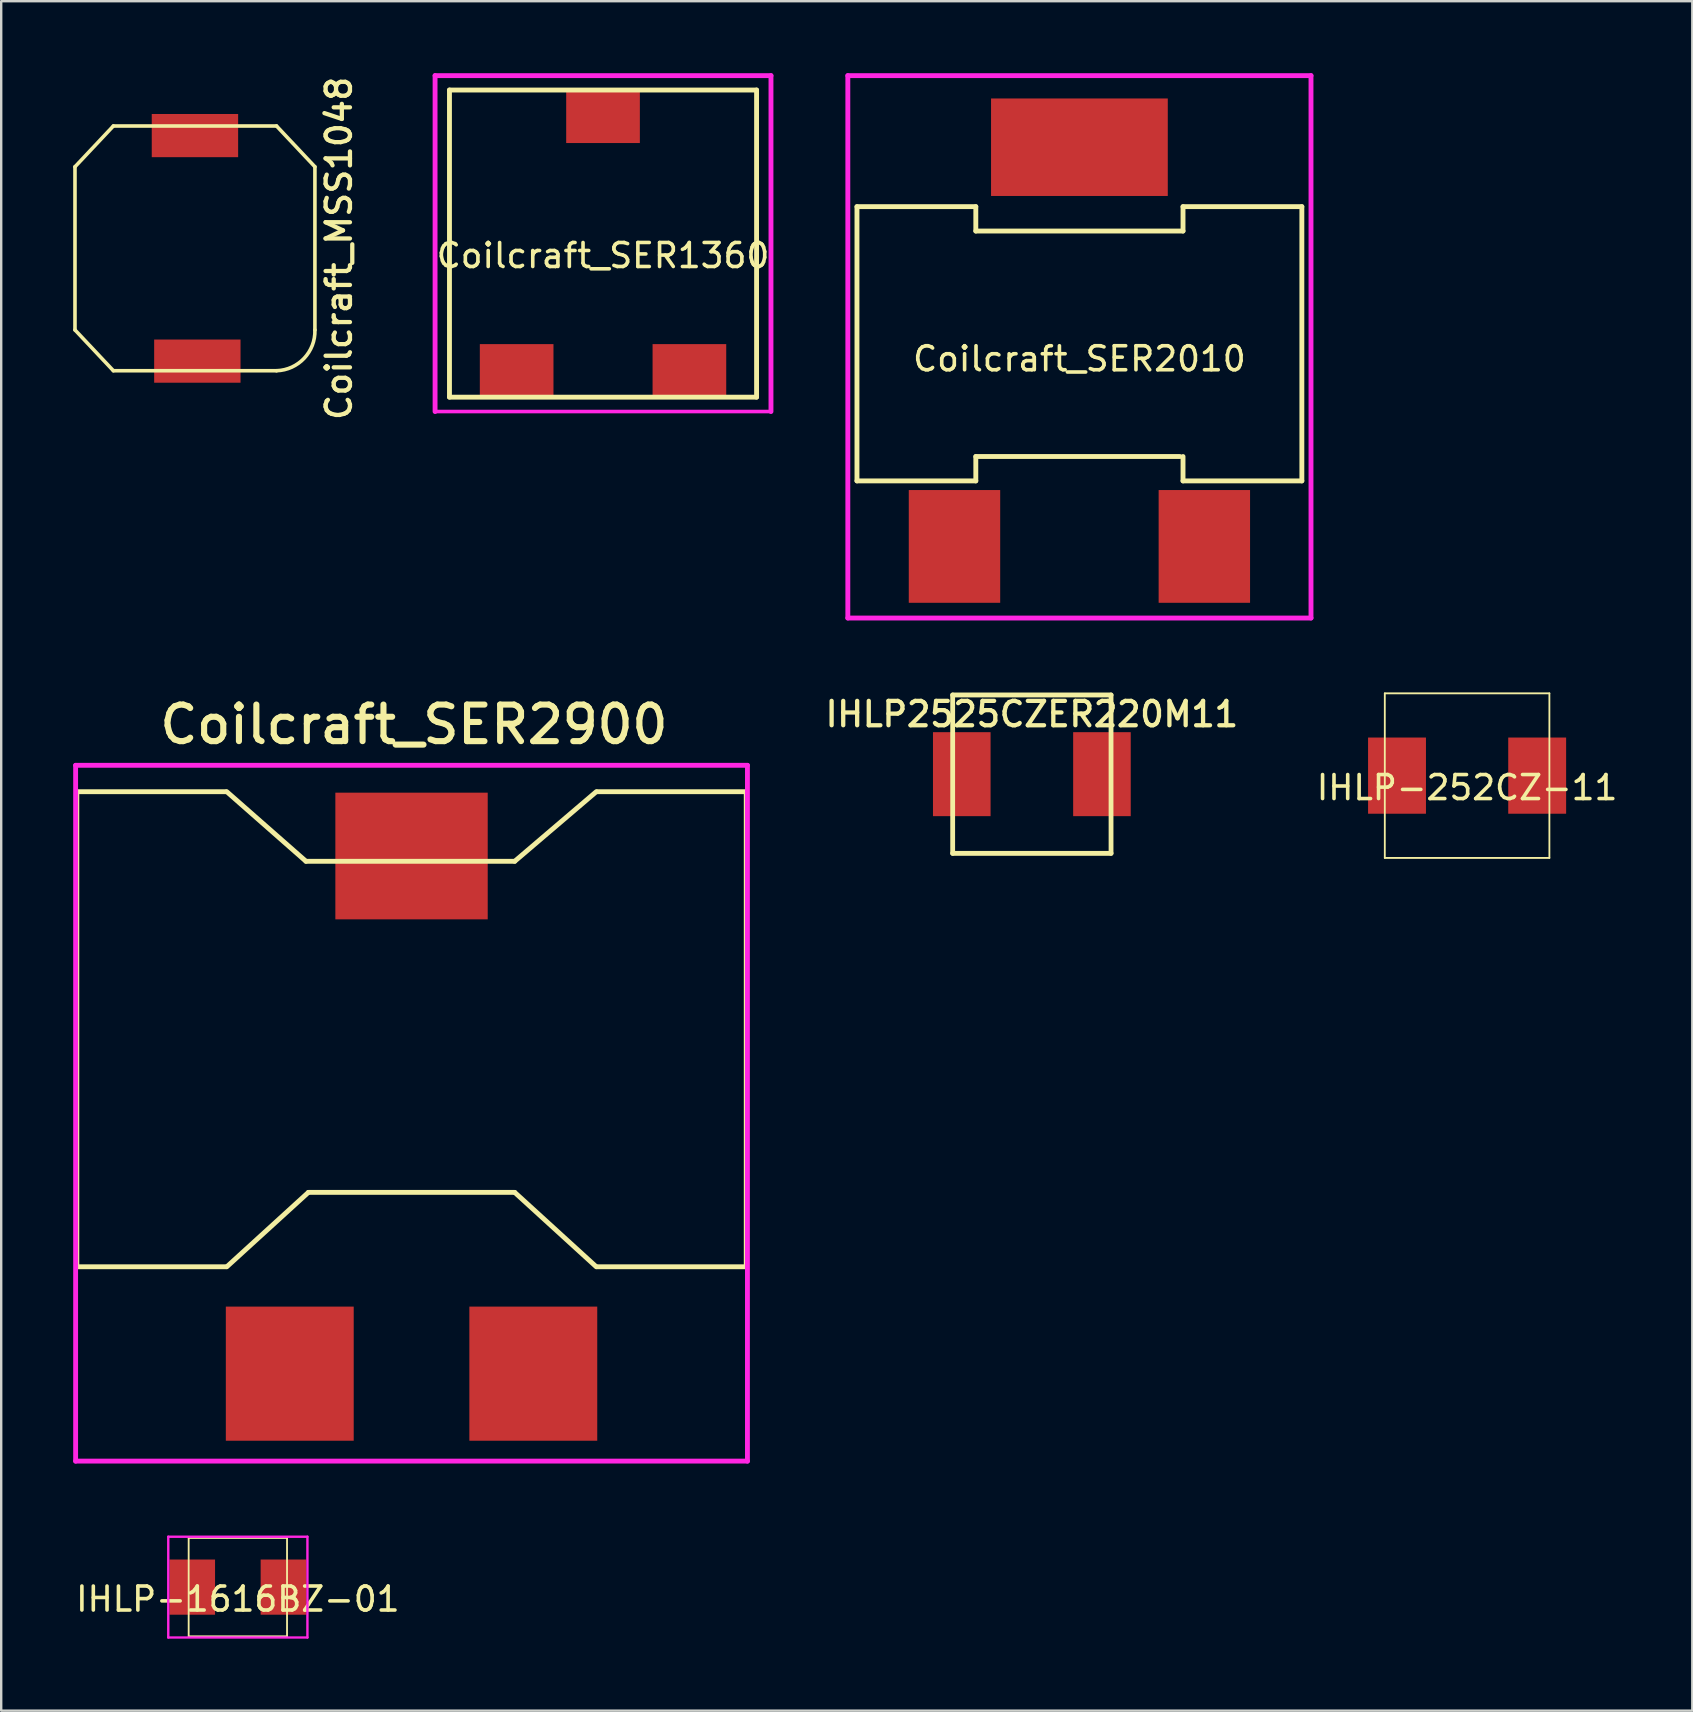
<source format=kicad_pcb>
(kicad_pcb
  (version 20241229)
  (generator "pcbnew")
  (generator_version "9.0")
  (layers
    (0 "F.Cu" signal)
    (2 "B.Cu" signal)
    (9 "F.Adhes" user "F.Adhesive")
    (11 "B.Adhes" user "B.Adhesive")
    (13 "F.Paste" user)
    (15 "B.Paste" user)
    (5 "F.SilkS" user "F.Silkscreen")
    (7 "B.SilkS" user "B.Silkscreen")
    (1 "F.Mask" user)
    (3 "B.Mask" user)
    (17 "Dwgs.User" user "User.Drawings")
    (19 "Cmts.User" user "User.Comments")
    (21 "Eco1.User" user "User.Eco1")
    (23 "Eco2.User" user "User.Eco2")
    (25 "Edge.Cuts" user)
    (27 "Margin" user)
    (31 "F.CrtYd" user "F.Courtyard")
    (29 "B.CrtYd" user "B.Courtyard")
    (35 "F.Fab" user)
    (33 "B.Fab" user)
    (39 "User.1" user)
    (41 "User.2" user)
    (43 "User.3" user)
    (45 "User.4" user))
  (footprint "Coilcraft_MSS1048"
    (layer "F.Cu")
    (at 5.075 7.301)
    (property "Reference" "Coilcraft_MSS1048" (at 6 0 90) (layer "F.SilkS") (effects (font (size 1.016 1.016) (thickness 0.178))))
    (attr through_hole)
    (fp_line (start -5 -3.4) (end -5 3.4) (stroke (width 0.15) (type solid)) (layer "F.SilkS"))
    (fp_line (start -5 3.4) (end -3.4 5.1) (stroke (width 0.15) (type solid)) (layer "F.SilkS"))
    (fp_line (start -3.4 -5.1) (end -5 -3.4) (stroke (width 0.15) (type solid)) (layer "F.SilkS"))
    (fp_line (start -3.4 -5.1) (end 3.4 -5.1) (stroke (width 0.15) (type solid)) (layer "F.SilkS"))
    (fp_line (start -3.4 5.1) (end 3.4 5.1) (stroke (width 0.15) (type solid)) (layer "F.SilkS"))
    (fp_line (start 3.4 -5.1) (end 5 -3.4) (stroke (width 0.15) (type solid)) (layer "F.SilkS"))
    (fp_line (start 5 -3.4) (end 5 3.4) (stroke (width 0.15) (type solid)) (layer "F.SilkS"))
    (fp_arc (start 5 3.4) (mid 4.552082 4.581371) (end 3.4 5.1) (stroke (width 0.15) (type solid)) (layer "F.SilkS"))
    (pad "1" smd rect (at 0 -4.7) (size 3.6 1.8) (layers "F.Cu" "F.Mask" "F.Paste"))
    (pad "2" smd rect (at 0.1 4.7) (size 3.6 1.8) (layers "F.Cu" "F.Mask" "F.Paste")))
  (footprint "Coilcraft_SER1360"
    (layer "F.Cu")
    (at 22.083 7.102)
    (property "Reference" "Coilcraft_SER1360" (at 0 0.5 0) (layer "F.SilkS") (effects (font (size 1 1) (thickness 0.15))))
    (attr through_hole)
    (fp_line (start -6.4 -6.4) (end 6.4 -6.4) (stroke (width 0.203) (type solid)) (layer "F.SilkS"))
    (fp_line (start -6.4 6.4) (end -6.4 -6.4) (stroke (width 0.203) (type solid)) (layer "F.SilkS"))
    (fp_line (start 6.4 -6.4) (end 6.4 6.4) (stroke (width 0.203) (type solid)) (layer "F.SilkS"))
    (fp_line (start 6.4 6.4) (end -6.4 6.4) (stroke (width 0.203) (type solid)) (layer "F.SilkS"))
    (fp_line (start -7 -7) (end -7 7) (stroke (width 0.203) (type solid)) (layer "F.CrtYd"))
    (fp_line (start -7 7) (end 7 7) (stroke (width 0.15) (type solid)) (layer "F.CrtYd"))
    (fp_line (start 7 -7) (end -7 -7) (stroke (width 0.203) (type solid)) (layer "F.CrtYd"))
    (fp_line (start 7 7) (end 7 -7) (stroke (width 0.203) (type solid)) (layer "F.CrtYd"))
    (pad "1" smd rect (at -3.6 5.32) (size 3.07 2.26) (layers "F.Cu" "F.Mask" "F.Paste"))
    (pad "2" smd rect (at 3.6 5.32) (size 3.07 2.26) (layers "F.Cu" "F.Mask" "F.Paste"))
    (pad "3" smd rect (at 0 -5.32) (size 3.07 2.26) (layers "F.Cu" "F.Mask" "F.Paste")))
  (footprint "IHLP-1616BZ-01"
    (layer "F.Cu")
    (at 6.863 63.098)
    (property "Reference" "IHLP-1616BZ-01" (at 0 0.5 0) (layer "F.SilkS") (effects (font (size 1 1) (thickness 0.15))))
    (attr through_hole)
    (fp_line (start -2.05 -2.05) (end 2.05 -2.05) (stroke (width 0.076) (type solid)) (layer "F.SilkS"))
    (fp_line (start -2.05 2.05) (end -2.05 -2.05) (stroke (width 0.076) (type solid)) (layer "F.SilkS"))
    (fp_line (start 2.05 -2.05) (end 2.05 2.05) (stroke (width 0.076) (type solid)) (layer "F.SilkS"))
    (fp_line (start 2.05 2.05) (end -2.05 2.05) (stroke (width 0.076) (type solid)) (layer "F.SilkS"))
    (fp_line (start -2.9 -2.1) (end 2.9 -2.1) (stroke (width 0.1) (type solid)) (layer "F.CrtYd"))
    (fp_line (start -2.9 2.1) (end -2.9 -2.1) (stroke (width 0.1) (type solid)) (layer "F.CrtYd"))
    (fp_line (start 2.9 -2.1) (end 2.9 2.1) (stroke (width 0.1) (type solid)) (layer "F.CrtYd"))
    (fp_line (start 2.9 2.1) (end -2.9 2.1) (stroke (width 0.1) (type solid)) (layer "F.CrtYd"))
    (pad "1" smd rect (at -1.9 0) (size 1.9 2.3) (layers "F.Cu" "F.Mask" "F.Paste"))
    (pad "2" smd rect (at 1.9 0) (size 1.9 2.3) (layers "F.Cu" "F.Mask" "F.Paste")))
  (footprint "IHLP-252CZ-11"
    (layer "F.Cu")
    (at 58.096 29.277)
    (property "Reference" "IHLP-252CZ-11" (at 0 0.5 0) (layer "F.SilkS") (effects (font (size 1 1) (thickness 0.15))))
    (attr through_hole)
    (fp_line (start -3.43 -3.43) (end 3.43 -3.43) (stroke (width 0.076) (type solid)) (layer "F.SilkS"))
    (fp_line (start -3.43 3.43) (end -3.43 -3.43) (stroke (width 0.076) (type solid)) (layer "F.SilkS"))
    (fp_line (start 3.43 -3.43) (end 3.43 3.43) (stroke (width 0.076) (type solid)) (layer "F.SilkS"))
    (fp_line (start 3.43 3.43) (end -3.43 3.43) (stroke (width 0.076) (type solid)) (layer "F.SilkS"))
    (pad "1" smd rect (at -2.921 0) (size 2.413 3.175) (layers "F.Cu" "F.Mask" "F.Paste"))
    (pad "2" smd rect (at 2.921 0) (size 2.413 3.175) (layers "F.Cu" "F.Mask" "F.Paste")))
  (footprint "IHLP2525CZER220M11"
    (layer "F.Cu")
    (at 39.956 29.216)
    (property "Reference" "IHLP2525CZER220M11" (at 0 -2.5 0) (layer "F.SilkS") (effects (font (size 1.016 1.016) (thickness 0.178))))
    (attr smd)
    (fp_line (start -3.3 -3.3) (end 3.3 -3.3) (stroke (width 0.203) (type solid)) (layer "F.SilkS"))
    (fp_line (start -3.3 3.3) (end -3.3 -3.3) (stroke (width 0.2) (type solid)) (layer "F.SilkS"))
    (fp_line (start -3.3 3.3) (end 3.3 3.3) (stroke (width 0.203) (type solid)) (layer "F.SilkS"))
    (fp_line (start 3.3 3.3) (end 3.3 -3.3) (stroke (width 0.2) (type solid)) (layer "F.SilkS"))
    (pad "1" smd rect (at -2.921 0) (size 2.4 3.5) (layers "F.Cu" "F.Mask" "F.Paste"))
    (pad "2" smd rect (at 2.921 0) (size 2.4 3.5) (layers "F.Cu" "F.Mask" "F.Paste")))
  (footprint "Coilcraft_SER2900"
    (layer "F.Cu")
    (at 14.102 39.847)
    (property "Reference" "Coilcraft_SER2900" (at 0.1 -12.7 0) (layer "F.SilkS") (effects (font (size 1.524 1.524) (thickness 0.254))))
    (attr through_hole)
    (fp_line (start -13.95 -9.9) (end -7.74 -9.9) (stroke (width 0.203) (type solid)) (layer "F.SilkS"))
    (fp_line (start -13.95 9.9) (end -13.95 -9.9) (stroke (width 0.203) (type solid)) (layer "F.SilkS"))
    (fp_line (start -13.95 9.9) (end -7.74 9.9) (stroke (width 0.203) (type solid)) (layer "F.SilkS"))
    (fp_line (start -7.7 -9.9) (end -4.4 -7) (stroke (width 0.203) (type solid)) (layer "F.SilkS"))
    (fp_line (start -7.7 9.9) (end -4.3 6.8) (stroke (width 0.203) (type solid)) (layer "F.SilkS"))
    (fp_line (start -4.4 -7) (end 4.3 -7) (stroke (width 0.203) (type solid)) (layer "F.SilkS"))
    (fp_line (start -4.3 6.8) (end 4.3 6.8) (stroke (width 0.203) (type solid)) (layer "F.SilkS"))
    (fp_line (start 4.3 -7) (end 7.7 -9.9) (stroke (width 0.203) (type solid)) (layer "F.SilkS"))
    (fp_line (start 4.3 6.8) (end 7.7 9.9) (stroke (width 0.203) (type solid)) (layer "F.SilkS"))
    (fp_line (start 13.95 -9.9) (end 7.74 -9.9) (stroke (width 0.203) (type solid)) (layer "F.SilkS"))
    (fp_line (start 13.95 -9.9) (end 13.95 9.9) (stroke (width 0.203) (type solid)) (layer "F.SilkS"))
    (fp_line (start 13.95 9.9) (end 7.74 9.9) (stroke (width 0.203) (type solid)) (layer "F.SilkS"))
    (fp_line (start -14 -11) (end -14 18) (stroke (width 0.203) (type solid)) (layer "F.CrtYd"))
    (fp_line (start -14 18) (end 14 18) (stroke (width 0.203) (type solid)) (layer "F.CrtYd"))
    (fp_line (start 14 -11) (end -14 -11) (stroke (width 0.203) (type solid)) (layer "F.CrtYd"))
    (fp_line (start 14 18) (end 14 -11) (stroke (width 0.203) (type solid)) (layer "F.CrtYd"))
    (pad "1" smd rect (at -5.075 14.355) (size 5.33 5.59) (layers "F.Cu" "F.Mask" "F.Paste"))
    (pad "2" smd rect (at 5.075 14.355) (size 5.33 5.59) (layers "F.Cu" "F.Mask" "F.Paste"))
    (pad "3" smd rect (at 0 -7.22) (size 6.35 5.28) (layers "F.Cu" "F.Mask" "F.Paste")))
  (footprint "Coilcraft_SER2010"
    (layer "F.Cu")
    (at 41.938 11.405)
    (property "Reference" "Coilcraft_SER2010" (at 0 0.5 0) (layer "F.SilkS") (effects (font (size 1 1) (thickness 0.15))))
    (attr through_hole)
    (fp_line (start -9.271 -5.842) (end -4.318 -5.842) (stroke (width 0.203) (type solid)) (layer "F.SilkS"))
    (fp_line (start -9.271 5.588) (end -9.271 -5.842) (stroke (width 0.203) (type solid)) (layer "F.SilkS"))
    (fp_line (start -4.318 -5.842) (end -4.318 -4.826) (stroke (width 0.203) (type solid)) (layer "F.SilkS"))
    (fp_line (start -4.318 -4.826) (end 4.318 -4.826) (stroke (width 0.203) (type solid)) (layer "F.SilkS"))
    (fp_line (start -4.318 4.572) (end -4.318 5.588) (stroke (width 0.203) (type solid)) (layer "F.SilkS"))
    (fp_line (start -4.318 5.588) (end -9.271 5.588) (stroke (width 0.203) (type solid)) (layer "F.SilkS"))
    (fp_line (start 4.191 4.572) (end -4.318 4.572) (stroke (width 0.203) (type solid)) (layer "F.SilkS"))
    (fp_line (start 4.318 -5.842) (end 9.271 -5.842) (stroke (width 0.203) (type solid)) (layer "F.SilkS"))
    (fp_line (start 4.318 -4.826) (end 4.318 -5.842) (stroke (width 0.203) (type solid)) (layer "F.SilkS"))
    (fp_line (start 4.318 5.588) (end 4.318 4.572) (stroke (width 0.203) (type solid)) (layer "F.SilkS"))
    (fp_line (start 9.271 -5.842) (end 9.271 5.588) (stroke (width 0.203) (type solid)) (layer "F.SilkS"))
    (fp_line (start 9.271 5.588) (end 4.318 5.588) (stroke (width 0.203) (type solid)) (layer "F.SilkS"))
    (fp_line (start -9.652 -11.303) (end -9.652 11.303) (stroke (width 0.203) (type solid)) (layer "F.CrtYd"))
    (fp_line (start -9.652 11.303) (end 9.652 11.303) (stroke (width 0.203) (type solid)) (layer "F.CrtYd"))
    (fp_line (start 9.652 -11.303) (end -9.652 -11.303) (stroke (width 0.203) (type solid)) (layer "F.CrtYd"))
    (fp_line (start 9.652 11.303) (end 9.652 -11.303) (stroke (width 0.203) (type solid)) (layer "F.CrtYd"))
    (pad "1" smd rect (at -5.207 8.319) (size 3.81 4.699) (layers "F.Cu" "F.Mask" "F.Paste"))
    (pad "2" smd rect (at 5.207 8.319) (size 3.81 4.699) (layers "F.Cu" "F.Mask" "F.Paste"))
    (pad "3" smd rect (at 0 -8.319) (size 7.366 4.064) (layers "F.Cu" "F.Mask" "F.Paste")))
  (gr_rect
    (start -3 -3)
    (end 67.482 68.248)
    (stroke (width 0.1) (type default))
    (fill no)
    (layer "Edge.Cuts")))
</source>
